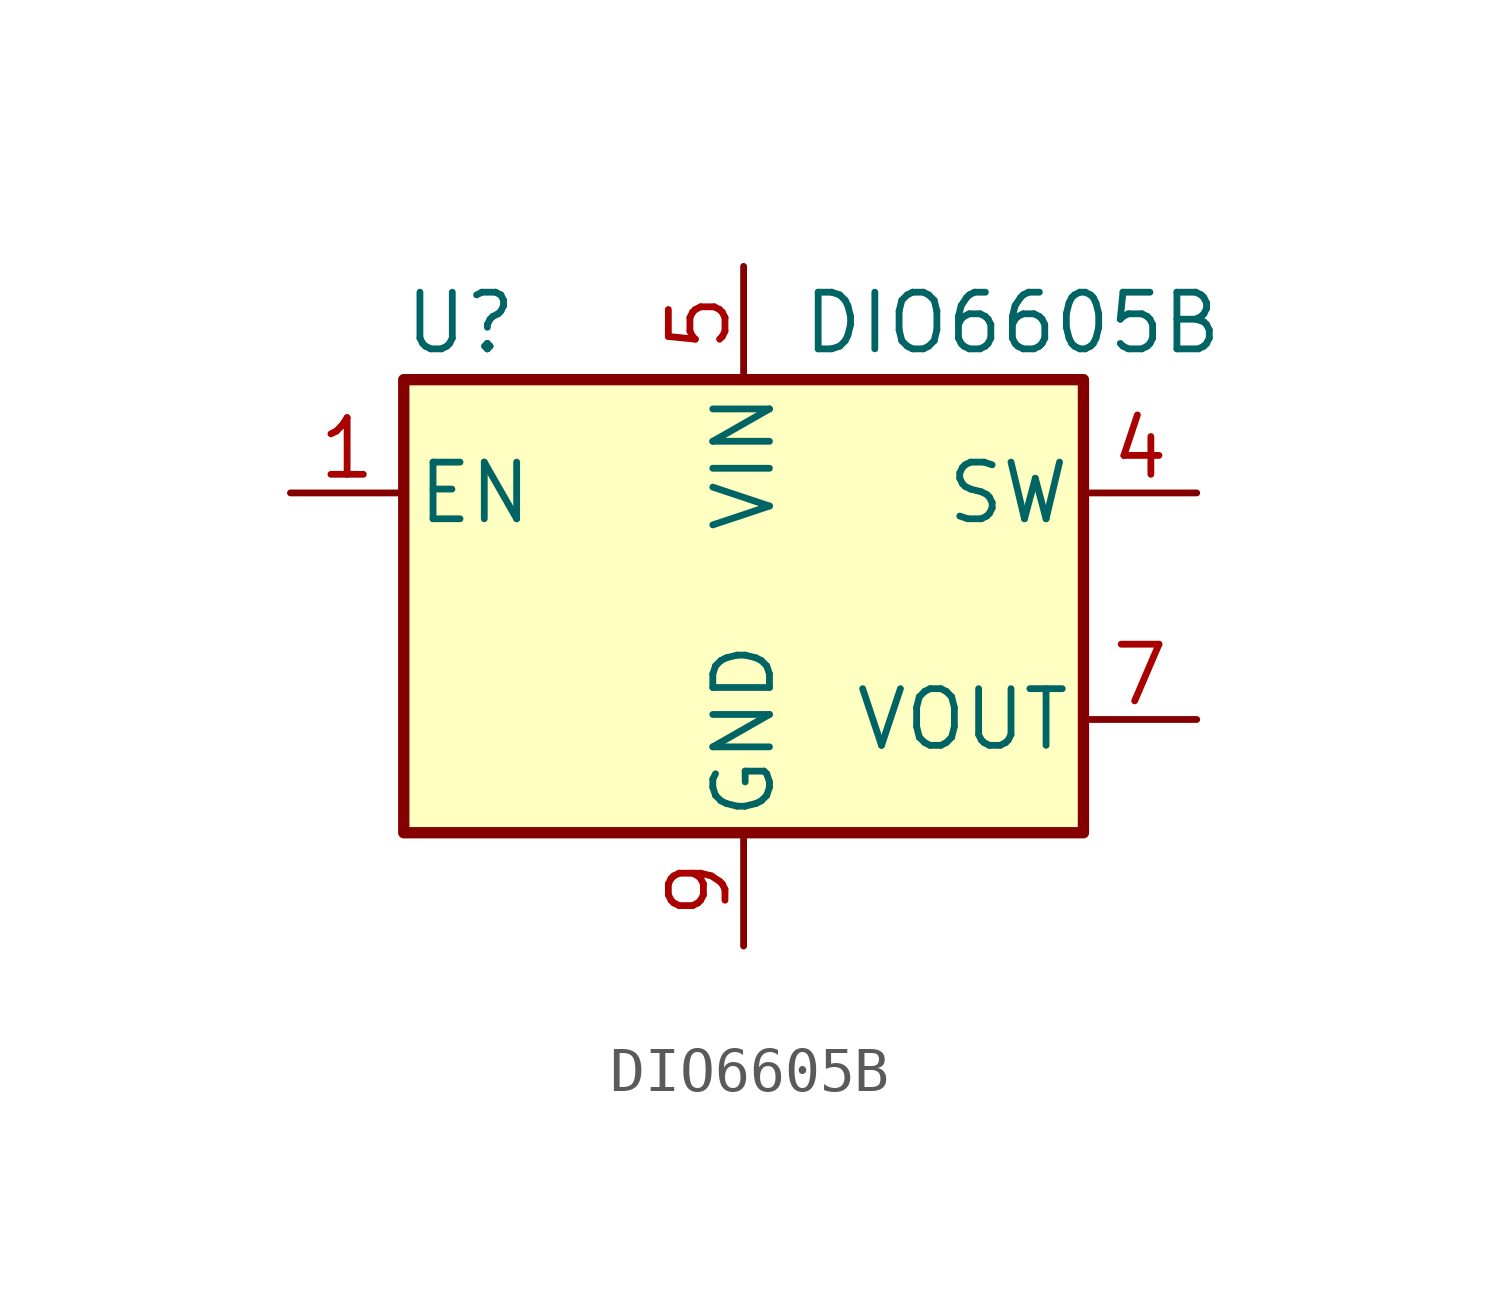
<source format=kicad_sym>
(kicad_symbol_lib
  (version 20211014)
  (generator kicad_symbol_editor)
  (symbol "DIO6605B"
    (pin_names
      (offset 0.254))
    (property "Reference" "U"
      (at -6.35 6.35 0)
      (effects (font (size 1.27 1.27))))
    (property "Value" "DIO6605B"
      (at 1.27 6.35 0)
      (effects (font (size 1.27 1.27)) (justify left)))
    (symbol "DIO6605B_0_1"
      (rectangle (start -7.62 5.08) (end 7.62 -5.08) (stroke (width 0.254) (type default) (color 0 0 0 0)) (fill (type background))))
    (symbol "DIO6605B_1_1"
      (pin input line (at -10.16 2.54 0) (length 2.54) (name "EN" (effects (font (size 1.27 1.27)))) (number "1" (effects (font (size 1.27 1.27)))))
      (pin passive line (at 0 -7.62 90) (length 2.54) hide (name "GND" (effects (font (size 1.27 1.27)))) (number "2" (effects (font (size 1.27 1.27)))))
      (pin passive line (at 0 -7.62 90) (length 2.54) hide (name "GND" (effects (font (size 1.27 1.27)))) (number "3" (effects (font (size 1.27 1.27)))))
      (pin input line (at 10.16 2.54 180) (length 2.54) (name "SW" (effects (font (size 1.27 1.27)))) (number "4" (effects (font (size 1.27 1.27)))))
      (pin power_in line (at 0 7.62 270) (length 2.54) (name "VIN" (effects (font (size 1.27 1.27)))) (number "5" (effects (font (size 1.27 1.27)))))
      (pin no_connect line (at -10.16 0 0) (length 2.54) hide (name "NC2" (effects (font (size 1.27 1.27)))) (number "6" (effects (font (size 1.27 1.27)))))
      (pin power_out line (at 10.16 -2.54 180) (length 2.54) (name "VOUT" (effects (font (size 1.27 1.27)))) (number "7" (effects (font (size 1.27 1.27)))))
      (pin no_connect line (at -10.16 -2.54 0) (length 2.54) hide (name "NC1" (effects (font (size 1.27 1.27)))) (number "8" (effects (font (size 1.27 1.27)))))
      (pin power_in line (at 0 -7.62 90) (length 2.54) (name "GND" (effects (font (size 1.27 1.27)))) (number "9" (effects (font (size 1.27 1.27))))))))
</source>
